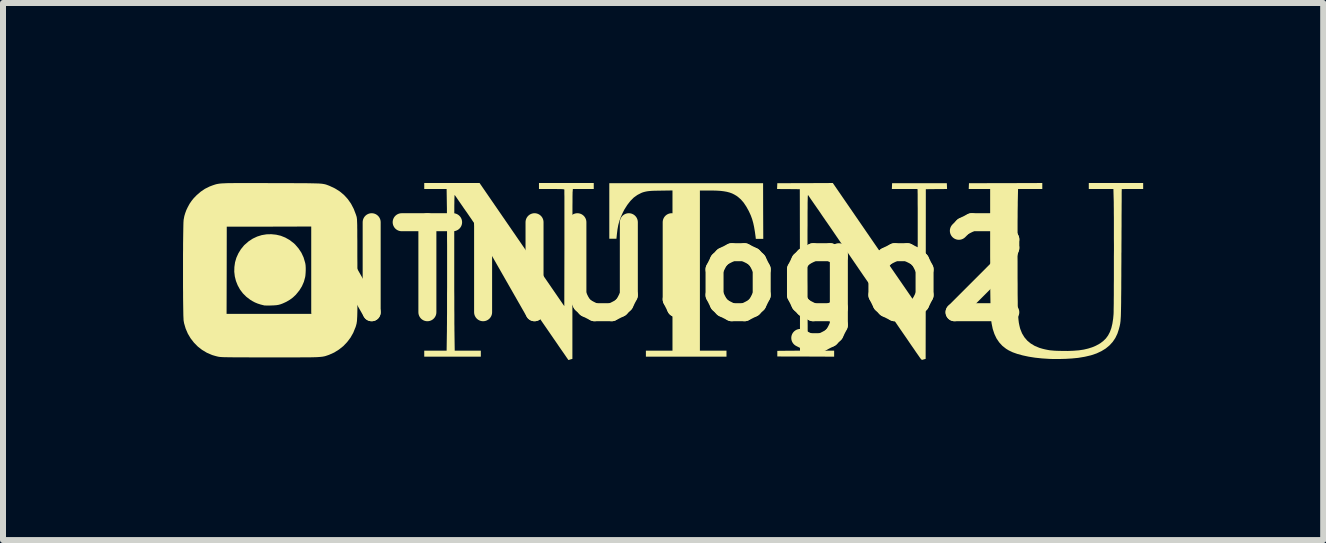
<source format=kicad_pcb>
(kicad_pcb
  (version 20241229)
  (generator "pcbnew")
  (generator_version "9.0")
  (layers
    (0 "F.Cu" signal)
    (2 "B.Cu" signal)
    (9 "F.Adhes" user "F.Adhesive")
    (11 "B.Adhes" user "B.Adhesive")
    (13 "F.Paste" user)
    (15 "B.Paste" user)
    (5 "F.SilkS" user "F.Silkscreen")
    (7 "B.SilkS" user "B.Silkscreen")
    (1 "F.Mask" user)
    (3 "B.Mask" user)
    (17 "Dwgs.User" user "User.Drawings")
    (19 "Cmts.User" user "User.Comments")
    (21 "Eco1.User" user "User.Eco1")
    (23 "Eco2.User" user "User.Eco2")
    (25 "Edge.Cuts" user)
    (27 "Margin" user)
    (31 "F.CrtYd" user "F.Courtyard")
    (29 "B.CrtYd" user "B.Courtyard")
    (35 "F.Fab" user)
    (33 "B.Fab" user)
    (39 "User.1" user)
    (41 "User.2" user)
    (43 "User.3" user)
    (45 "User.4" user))
  (footprint "NTNUlogo2"
    (layer "F.Cu")
    (at 8.001 1.475)
    (property "Reference" "NTNUlogo2" (at 0 0 0) (layer "F.SilkS") (effects (font (size 1.5 1.5) (thickness 0.3))))
    (attr board_only exclude_from_pos_files exclude_from_bom)
    (fp_poly (pts (xy -6.45 -0.614) (xy -6.372 -0.596) (xy -6.297 -0.566) (xy -6.226 -0.526) (xy -6.159 -0.475) (xy -6.133 -0.451) (xy -6.076 -0.385) (xy -6.028 -0.313) (xy -5.992 -0.235) (xy -5.967 -0.151) (xy -5.962 -0.13) (xy -5.958 -0.1) (xy -5.956 -0.061) (xy -5.956 -0.018) (xy -5.958 0.025) (xy -5.961 0.063) (xy -5.965 0.091) (xy -5.987 0.172) (xy -6.019 0.245) (xy -6.06 0.312) (xy -6.112 0.376) (xy -6.121 0.387) (xy -6.17 0.433) (xy -6.22 0.47) (xy -6.276 0.503) (xy -6.301 0.515) (xy -6.341 0.533) (xy -6.376 0.546) (xy -6.409 0.555) (xy -6.445 0.561) (xy -6.486 0.564) (xy -6.536 0.566) (xy -6.537 0.566) (xy -6.572 0.567) (xy -6.603 0.567) (xy -6.627 0.566) (xy -6.643 0.566) (xy -6.647 0.565) (xy -6.707 0.55) (xy -6.757 0.534) (xy -6.803 0.515) (xy -6.846 0.492) (xy -6.879 0.472) (xy -6.946 0.421) (xy -7.004 0.363) (xy -7.052 0.299) (xy -7.09 0.23) (xy -7.119 0.157) (xy -7.138 0.081) (xy -7.147 0.003) (xy -7.145 -0.075) (xy -7.134 -0.153) (xy -7.112 -0.229) (xy -7.079 -0.302) (xy -7.036 -0.372) (xy -6.983 -0.437) (xy -6.972 -0.447) (xy -6.908 -0.503) (xy -6.839 -0.548) (xy -6.765 -0.583) (xy -6.688 -0.607) (xy -6.609 -0.62) (xy -6.53 -0.622)) (stroke (width 0) (type solid)) (fill yes) (layer "F.SilkS"))
    (fp_poly (pts (xy 1.667 -1.008) (xy 1.669 -0.544) (xy 1.607 -0.544) (xy 1.545 -0.544) (xy 1.541 -0.58) (xy 1.529 -0.666) (xy 1.516 -0.743) (xy 1.501 -0.812) (xy 1.483 -0.875) (xy 1.461 -0.935) (xy 1.434 -0.994) (xy 1.427 -1.009) (xy 1.385 -1.084) (xy 1.342 -1.148) (xy 1.296 -1.201) (xy 1.247 -1.244) (xy 1.225 -1.26) (xy 1.188 -1.282) (xy 1.15 -1.301) (xy 1.109 -1.316) (xy 1.064 -1.328) (xy 1.014 -1.337) (xy 0.957 -1.344) (xy 0.891 -1.348) (xy 0.815 -1.35) (xy 0.76 -1.35) (xy 0.613 -1.35) (xy 0.613 -0.016) (xy 0.613 1.319) (xy 0.834 1.319) (xy 1.056 1.319) (xy 1.056 1.369) (xy 1.056 1.419) (xy 0.384 1.419) (xy -0.287 1.419) (xy -0.287 1.369) (xy -0.287 1.319) (xy -0.066 1.319) (xy 0.156 1.319) (xy 0.156 -0.016) (xy 0.156 -1.351) (xy -0.039 -1.348) (xy -0.102 -1.347) (xy -0.155 -1.346) (xy -0.198 -1.344) (xy -0.234 -1.341) (xy -0.265 -1.337) (xy -0.291 -1.332) (xy -0.316 -1.326) (xy -0.34 -1.319) (xy -0.365 -1.309) (xy -0.367 -1.308) (xy -0.429 -1.276) (xy -0.489 -1.233) (xy -0.545 -1.177) (xy -0.597 -1.11) (xy -0.647 -1.031) (xy -0.672 -0.982) (xy -0.703 -0.913) (xy -0.728 -0.846) (xy -0.747 -0.776) (xy -0.761 -0.7) (xy -0.77 -0.625) (xy -0.778 -0.547) (xy -0.838 -0.547) (xy -0.897 -0.547) (xy -0.897 -1.009) (xy -0.897 -1.472) (xy 0.384 -1.472) (xy 1.666 -1.472)) (stroke (width 0) (type solid)) (fill yes) (layer "F.SilkS"))
    (fp_poly (pts (xy 3.534 -0.448) (xy 4.241 0.578) (xy 4.242 -0.384) (xy 4.243 -0.493) (xy 4.243 -0.599) (xy 4.243 -0.7) (xy 4.243 -0.797) (xy 4.243 -0.889) (xy 4.243 -0.975) (xy 4.243 -1.053) (xy 4.242 -1.125) (xy 4.242 -1.188) (xy 4.242 -1.243) (xy 4.242 -1.288) (xy 4.241 -1.323) (xy 4.241 -1.347) (xy 4.241 -1.359) (xy 4.241 -1.361) (xy 4.237 -1.375) (xy 4.025 -1.375) (xy 3.812 -1.375) (xy 3.814 -1.423) (xy 3.816 -1.472) (xy 4.272 -1.472) (xy 4.728 -1.472) (xy 4.73 -1.424) (xy 4.732 -1.375) (xy 4.555 -1.374) (xy 4.378 -1.372) (xy 4.377 0.042) (xy 4.375 1.456) (xy 4.35 1.463) (xy 4.332 1.468) (xy 4.318 1.472) (xy 4.316 1.473) (xy 4.308 1.469) (xy 4.295 1.457) (xy 4.28 1.436) (xy 4.274 1.428) (xy 4.261 1.409) (xy 4.242 1.382) (xy 4.216 1.345) (xy 4.185 1.299) (xy 4.148 1.246) (xy 4.106 1.185) (xy 4.06 1.117) (xy 4.008 1.042) (xy 3.952 0.961) (xy 3.892 0.873) (xy 3.829 0.781) (xy 3.762 0.684) (xy 3.692 0.582) (xy 3.619 0.476) (xy 3.544 0.366) (xy 3.466 0.253) (xy 3.387 0.138) (xy 3.337 0.066) (xy 3.257 -0.051) (xy 3.179 -0.165) (xy 3.103 -0.276) (xy 3.029 -0.383) (xy 2.958 -0.486) (xy 2.89 -0.585) (xy 2.826 -0.679) (xy 2.765 -0.768) (xy 2.707 -0.851) (xy 2.654 -0.928) (xy 2.606 -0.999) (xy 2.562 -1.062) (xy 2.523 -1.118) (xy 2.49 -1.166) (xy 2.462 -1.206) (xy 2.441 -1.237) (xy 2.426 -1.26) (xy 2.417 -1.272) (xy 2.415 -1.275) (xy 2.414 -1.274) (xy 2.413 -1.271) (xy 2.412 -1.263) (xy 2.411 -1.251) (xy 2.41 -1.233) (xy 2.41 -1.211) (xy 2.409 -1.182) (xy 2.408 -1.146) (xy 2.408 -1.104) (xy 2.408 -1.054) (xy 2.407 -0.996) (xy 2.407 -0.93) (xy 2.407 -0.854) (xy 2.407 -0.769) (xy 2.406 -0.673) (xy 2.406 -0.567) (xy 2.406 -0.45) (xy 2.406 -0.322) (xy 2.406 -0.222) (xy 2.406 -0.103) (xy 2.406 0.015) (xy 2.406 0.131) (xy 2.407 0.244) (xy 2.407 0.355) (xy 2.407 0.461) (xy 2.407 0.562) (xy 2.408 0.657) (xy 2.408 0.745) (xy 2.408 0.826) (xy 2.409 0.898) (xy 2.409 0.961) (xy 2.41 1.014) (xy 2.41 1.056) (xy 2.41 1.08) (xy 2.415 1.319) (xy 2.632 1.319) (xy 2.85 1.319) (xy 2.85 1.369) (xy 2.85 1.419) (xy 2.377 1.417) (xy 1.903 1.416) (xy 1.903 1.369) (xy 1.903 1.322) (xy 2.092 1.32) (xy 2.281 1.319) (xy 2.28 -0.027) (xy 2.278 -1.372) (xy 2.089 -1.374) (xy 1.899 -1.375) (xy 1.901 -1.424) (xy 1.903 -1.472) (xy 2.366 -1.473) (xy 2.828 -1.475)) (stroke (width 0) (type solid)) (fill yes) (layer "F.SilkS"))
    (fp_poly (pts (xy -2.353 -0.449) (xy -1.647 0.577) (xy -1.645 -0.391) (xy -1.645 -0.5) (xy -1.645 -0.606) (xy -1.645 -0.708) (xy -1.645 -0.805) (xy -1.645 -0.896) (xy -1.645 -0.982) (xy -1.645 -1.061) (xy -1.645 -1.132) (xy -1.645 -1.195) (xy -1.645 -1.25) (xy -1.646 -1.294) (xy -1.646 -1.329) (xy -1.646 -1.353) (xy -1.646 -1.366) (xy -1.647 -1.367) (xy -1.65 -1.369) (xy -1.66 -1.371) (xy -1.677 -1.373) (xy -1.702 -1.374) (xy -1.736 -1.374) (xy -1.78 -1.375) (xy -1.835 -1.375) (xy -1.859 -1.375) (xy -2.069 -1.375) (xy -2.069 -1.425) (xy -2.069 -1.475) (xy -1.613 -1.475) (xy -1.156 -1.475) (xy -1.156 -1.425) (xy -1.156 -1.375) (xy -1.33 -1.375) (xy -1.504 -1.375) (xy -1.508 -1.327) (xy -1.509 -1.316) (xy -1.509 -1.294) (xy -1.51 -1.26) (xy -1.51 -1.215) (xy -1.51 -1.16) (xy -1.511 -1.096) (xy -1.511 -1.023) (xy -1.511 -0.941) (xy -1.511 -0.851) (xy -1.512 -0.755) (xy -1.512 -0.652) (xy -1.512 -0.542) (xy -1.512 -0.428) (xy -1.512 -0.309) (xy -1.512 -0.185) (xy -1.512 -0.058) (xy -1.512 0.072) (xy -1.512 0.088) (xy -1.512 1.456) (xy -1.545 1.465) (xy -1.563 1.471) (xy -1.575 1.474) (xy -1.578 1.475) (xy -1.582 1.47) (xy -1.592 1.455) (xy -1.609 1.431) (xy -1.632 1.397) (xy -1.661 1.355) (xy -1.696 1.305) (xy -1.736 1.247) (xy -1.781 1.181) (xy -1.831 1.109) (xy -1.885 1.03) (xy -1.943 0.946) (xy -2.006 0.855) (xy -2.072 0.759) (xy -2.141 0.659) (xy -2.213 0.554) (xy -2.288 0.445) (xy -2.365 0.333) (xy -2.445 0.217) (xy -2.522 0.105) (xy -2.603 -0.014) (xy -2.683 -0.129) (xy -2.76 -0.242) (xy -2.835 -0.351) (xy -2.907 -0.456) (xy -2.977 -0.556) (xy -3.043 -0.652) (xy -3.105 -0.743) (xy -3.164 -0.828) (xy -3.218 -0.907) (xy -3.268 -0.98) (xy -3.314 -1.045) (xy -3.354 -1.103) (xy -3.389 -1.154) (xy -3.418 -1.196) (xy -3.441 -1.23) (xy -3.458 -1.254) (xy -3.469 -1.27) (xy -3.473 -1.275) (xy -3.474 -1.274) (xy -3.475 -1.271) (xy -3.476 -1.263) (xy -3.477 -1.251) (xy -3.477 -1.234) (xy -3.478 -1.211) (xy -3.479 -1.182) (xy -3.479 -1.147) (xy -3.48 -1.104) (xy -3.48 -1.054) (xy -3.48 -0.996) (xy -3.481 -0.929) (xy -3.481 -0.854) (xy -3.481 -0.768) (xy -3.481 -0.672) (xy -3.481 -0.566) (xy -3.481 -0.448) (xy -3.481 -0.318) (xy -3.481 -0.259) (xy -3.481 -0.142) (xy -3.481 -0.025) (xy -3.481 0.091) (xy -3.481 0.205) (xy -3.481 0.316) (xy -3.48 0.423) (xy -3.48 0.525) (xy -3.48 0.621) (xy -3.479 0.711) (xy -3.479 0.793) (xy -3.479 0.867) (xy -3.478 0.931) (xy -3.478 0.985) (xy -3.477 1.028) (xy -3.477 1.042) (xy -3.473 1.319) (xy -3.255 1.319) (xy -3.038 1.319) (xy -3.038 1.369) (xy -3.038 1.419) (xy -3.509 1.419) (xy -3.981 1.419) (xy -3.981 1.369) (xy -3.981 1.319) (xy -3.795 1.319) (xy -3.608 1.319) (xy -3.604 1.046) (xy -3.603 0.994) (xy -3.603 0.931) (xy -3.602 0.857) (xy -3.602 0.775) (xy -3.601 0.684) (xy -3.601 0.586) (xy -3.601 0.482) (xy -3.601 0.374) (xy -3.6 0.261) (xy -3.6 0.146) (xy -3.6 0.029) (xy -3.6 -0.088) (xy -3.6 -0.205) (xy -3.6 -0.32) (xy -3.6 -0.432) (xy -3.601 -0.541) (xy -3.601 -0.645) (xy -3.601 -0.742) (xy -3.602 -0.833) (xy -3.602 -0.916) (xy -3.603 -0.989) (xy -3.603 -1.053) (xy -3.604 -1.105) (xy -3.604 -1.108) (xy -3.608 -1.375) (xy -3.795 -1.375) (xy -3.981 -1.375) (xy -3.981 -1.425) (xy -3.981 -1.475) (xy -3.52 -1.475) (xy -3.059 -1.475)) (stroke (width 0) (type solid)) (fill yes) (layer "F.SilkS"))
    (fp_poly (pts (xy -6.84 -1.474) (xy -6.74 -1.474) (xy -6.629 -1.474) (xy -6.519 -1.473) (xy -6.399 -1.473) (xy -6.291 -1.473) (xy -6.195 -1.473) (xy -6.109 -1.472) (xy -6.032 -1.472) (xy -5.965 -1.472) (xy -5.905 -1.471) (xy -5.854 -1.47) (xy -5.81 -1.469) (xy -5.771 -1.468) (xy -5.739 -1.467) (xy -5.711 -1.465) (xy -5.687 -1.463) (xy -5.667 -1.46) (xy -5.65 -1.457) (xy -5.635 -1.454) (xy -5.621 -1.45) (xy -5.608 -1.446) (xy -5.595 -1.441) (xy -5.581 -1.436) (xy -5.566 -1.43) (xy -5.556 -1.426) (xy -5.469 -1.385) (xy -5.389 -1.335) (xy -5.318 -1.276) (xy -5.255 -1.207) (xy -5.201 -1.13) (xy -5.156 -1.044) (xy -5.12 -0.95) (xy -5.11 -0.919) (xy -5.108 -0.912) (xy -5.107 -0.905) (xy -5.105 -0.898) (xy -5.104 -0.889) (xy -5.103 -0.878) (xy -5.101 -0.865) (xy -5.101 -0.848) (xy -5.1 -0.827) (xy -5.099 -0.802) (xy -5.098 -0.771) (xy -5.098 -0.734) (xy -5.097 -0.691) (xy -5.097 -0.64) (xy -5.097 -0.582) (xy -5.096 -0.514) (xy -5.096 -0.438) (xy -5.096 -0.351) (xy -5.096 -0.254) (xy -5.095 -0.146) (xy -5.095 -0.047) (xy -5.095 0.074) (xy -5.095 0.185) (xy -5.095 0.283) (xy -5.094 0.372) (xy -5.094 0.451) (xy -5.095 0.52) (xy -5.095 0.581) (xy -5.095 0.635) (xy -5.096 0.681) (xy -5.097 0.721) (xy -5.098 0.755) (xy -5.1 0.785) (xy -5.101 0.809) (xy -5.103 0.831) (xy -5.106 0.849) (xy -5.108 0.865) (xy -5.112 0.879) (xy -5.115 0.892) (xy -5.119 0.906) (xy -5.123 0.919) (xy -5.128 0.934) (xy -5.129 0.934) (xy -5.164 1.021) (xy -5.21 1.102) (xy -5.266 1.176) (xy -5.33 1.243) (xy -5.403 1.301) (xy -5.482 1.35) (xy -5.567 1.388) (xy -5.59 1.396) (xy -5.605 1.401) (xy -5.619 1.406) (xy -5.632 1.41) (xy -5.645 1.413) (xy -5.66 1.416) (xy -5.676 1.419) (xy -5.694 1.421) (xy -5.715 1.423) (xy -5.74 1.425) (xy -5.77 1.427) (xy -5.804 1.428) (xy -5.844 1.429) (xy -5.891 1.43) (xy -5.945 1.43) (xy -6.007 1.43) (xy -6.077 1.431) (xy -6.156 1.431) (xy -6.246 1.431) (xy -6.346 1.431) (xy -6.457 1.431) (xy -6.552 1.431) (xy -6.67 1.431) (xy -6.775 1.431) (xy -6.869 1.431) (xy -6.953 1.43) (xy -7.027 1.43) (xy -7.092 1.43) (xy -7.149 1.43) (xy -7.198 1.429) (xy -7.24 1.429) (xy -7.275 1.428) (xy -7.305 1.428) (xy -7.329 1.427) (xy -7.35 1.426) (xy -7.366 1.425) (xy -7.38 1.424) (xy -7.391 1.423) (xy -7.401 1.421) (xy -7.41 1.42) (xy -7.416 1.419) (xy -7.448 1.411) (xy -7.484 1.401) (xy -7.514 1.392) (xy -7.519 1.39) (xy -7.603 1.354) (xy -7.682 1.307) (xy -7.754 1.251) (xy -7.818 1.186) (xy -7.874 1.114) (xy -7.921 1.035) (xy -7.957 0.951) (xy -7.983 0.863) (xy -7.99 0.824) (xy -7.992 0.808) (xy -7.993 0.781) (xy -7.995 0.742) (xy -7.996 0.706) (xy -7.275 0.706) (xy -6.547 0.706) (xy -5.819 0.706) (xy -5.819 -0.022) (xy -5.819 -0.75) (xy -6.545 -0.748) (xy -7.272 -0.747) (xy -7.273 -0.02) (xy -7.275 0.706) (xy -7.996 0.706) (xy -7.996 0.694) (xy -7.997 0.638) (xy -7.998 0.574) (xy -7.999 0.503) (xy -8 0.426) (xy -8 0.344) (xy -8.001 0.259) (xy -8.001 0.171) (xy -8.001 0.08) (xy -8.001 -0.011) (xy -8.001 -0.103) (xy -8.001 -0.194) (xy -8.001 -0.283) (xy -8 -0.369) (xy -8 -0.451) (xy -7.999 -0.529) (xy -7.998 -0.601) (xy -7.997 -0.667) (xy -7.996 -0.725) (xy -7.995 -0.775) (xy -7.994 -0.815) (xy -7.992 -0.845) (xy -7.991 -0.864) (xy -7.99 -0.866) (xy -7.979 -0.924) (xy -7.964 -0.974) (xy -7.946 -1.023) (xy -7.922 -1.073) (xy -7.891 -1.13) (xy -7.858 -1.178) (xy -7.821 -1.224) (xy -7.775 -1.271) (xy -7.774 -1.272) (xy -7.707 -1.33) (xy -7.636 -1.378) (xy -7.56 -1.416) (xy -7.502 -1.438) (xy -7.486 -1.443) (xy -7.472 -1.448) (xy -7.458 -1.452) (xy -7.444 -1.456) (xy -7.429 -1.459) (xy -7.412 -1.462) (xy -7.393 -1.465) (xy -7.371 -1.467) (xy -7.346 -1.469) (xy -7.316 -1.47) (xy -7.281 -1.472) (xy -7.241 -1.473) (xy -7.194 -1.473) (xy -7.14 -1.474) (xy -7.078 -1.474) (xy -7.008 -1.474) (xy -6.929 -1.474)) (stroke (width 0) (type solid)) (fill yes) (layer "F.SilkS"))
    (fp_poly (pts (xy 6.319 -1.425) (xy 6.319 -1.375) (xy 6.117 -1.375) (xy 5.915 -1.375) (xy 5.91 -1.155) (xy 5.91 -1.108) (xy 5.909 -1.052) (xy 5.908 -0.987) (xy 5.908 -0.914) (xy 5.907 -0.835) (xy 5.907 -0.75) (xy 5.907 -0.66) (xy 5.907 -0.567) (xy 5.907 -0.47) (xy 5.906 -0.372) (xy 5.906 -0.273) (xy 5.907 -0.173) (xy 5.907 -0.075) (xy 5.907 0.021) (xy 5.907 0.115) (xy 5.908 0.205) (xy 5.908 0.29) (xy 5.908 0.369) (xy 5.909 0.441) (xy 5.91 0.506) (xy 5.91 0.563) (xy 5.911 0.609) (xy 5.912 0.646) (xy 5.912 0.67) (xy 5.913 0.672) (xy 5.917 0.742) (xy 5.922 0.802) (xy 5.928 0.853) (xy 5.937 0.898) (xy 5.947 0.94) (xy 5.953 0.96) (xy 5.982 1.032) (xy 6.021 1.096) (xy 6.069 1.152) (xy 6.127 1.2) (xy 6.194 1.24) (xy 6.271 1.272) (xy 6.322 1.287) (xy 6.363 1.297) (xy 6.402 1.305) (xy 6.441 1.312) (xy 6.483 1.316) (xy 6.53 1.32) (xy 6.585 1.322) (xy 6.638 1.323) (xy 6.746 1.324) (xy 6.843 1.32) (xy 6.93 1.313) (xy 7.01 1.301) (xy 7.082 1.284) (xy 7.149 1.263) (xy 7.211 1.237) (xy 7.222 1.231) (xy 7.282 1.198) (xy 7.334 1.159) (xy 7.378 1.116) (xy 7.415 1.066) (xy 7.445 1.009) (xy 7.469 0.944) (xy 7.487 0.869) (xy 7.5 0.785) (xy 7.506 0.719) (xy 7.507 0.702) (xy 7.508 0.674) (xy 7.508 0.635) (xy 7.509 0.586) (xy 7.51 0.528) (xy 7.51 0.462) (xy 7.511 0.389) (xy 7.511 0.31) (xy 7.511 0.225) (xy 7.512 0.135) (xy 7.512 0.042) (xy 7.512 -0.054) (xy 7.512 -0.151) (xy 7.512 -0.25) (xy 7.513 -0.349) (xy 7.513 -0.447) (xy 7.512 -0.544) (xy 7.512 -0.638) (xy 7.512 -0.729) (xy 7.512 -0.815) (xy 7.512 -0.896) (xy 7.511 -0.972) (xy 7.511 -1.04) (xy 7.51 -1.1) (xy 7.51 -1.152) (xy 7.509 -1.194) (xy 7.508 -1.224) (xy 7.504 -1.375) (xy 7.299 -1.375) (xy 7.094 -1.375) (xy 7.094 -1.425) (xy 7.094 -1.475) (xy 7.547 -1.475) (xy 8 -1.475) (xy 8 -1.425) (xy 8 -1.375) (xy 7.822 -1.375) (xy 7.776 -1.375) (xy 7.735 -1.375) (xy 7.699 -1.375) (xy 7.671 -1.374) (xy 7.652 -1.374) (xy 7.643 -1.374) (xy 7.643 -1.373) (xy 7.643 -1.367) (xy 7.643 -1.349) (xy 7.642 -1.32) (xy 7.642 -1.28) (xy 7.642 -1.23) (xy 7.642 -1.171) (xy 7.641 -1.103) (xy 7.641 -1.027) (xy 7.64 -0.944) (xy 7.64 -0.854) (xy 7.64 -0.758) (xy 7.639 -0.656) (xy 7.639 -0.55) (xy 7.638 -0.439) (xy 7.638 -0.325) (xy 7.637 -0.303) (xy 7.637 -0.164) (xy 7.636 -0.037) (xy 7.636 0.078) (xy 7.635 0.183) (xy 7.635 0.278) (xy 7.634 0.363) (xy 7.633 0.44) (xy 7.633 0.508) (xy 7.632 0.568) (xy 7.631 0.622) (xy 7.63 0.668) (xy 7.629 0.709) (xy 7.628 0.745) (xy 7.626 0.775) (xy 7.624 0.802) (xy 7.623 0.825) (xy 7.62 0.845) (xy 7.618 0.863) (xy 7.615 0.879) (xy 7.612 0.894) (xy 7.609 0.908) (xy 7.605 0.923) (xy 7.601 0.938) (xy 7.597 0.954) (xy 7.597 0.955) (xy 7.571 1.035) (xy 7.536 1.108) (xy 7.492 1.173) (xy 7.439 1.231) (xy 7.376 1.283) (xy 7.304 1.327) (xy 7.223 1.365) (xy 7.131 1.396) (xy 7.029 1.42) (xy 6.916 1.439) (xy 6.812 1.449) (xy 6.711 1.455) (xy 6.605 1.458) (xy 6.5 1.458) (xy 6.437 1.456) (xy 6.314 1.448) (xy 6.199 1.436) (xy 6.092 1.419) (xy 5.994 1.398) (xy 5.905 1.374) (xy 5.826 1.346) (xy 5.759 1.314) (xy 5.715 1.287) (xy 5.653 1.238) (xy 5.601 1.181) (xy 5.556 1.115) (xy 5.521 1.041) (xy 5.493 0.957) (xy 5.474 0.864) (xy 5.472 0.849) (xy 5.469 0.828) (xy 5.467 0.804) (xy 5.464 0.777) (xy 5.462 0.746) (xy 5.46 0.711) (xy 5.459 0.672) (xy 5.457 0.627) (xy 5.456 0.575) (xy 5.455 0.518) (xy 5.454 0.453) (xy 5.453 0.38) (xy 5.452 0.299) (xy 5.452 0.21) (xy 5.451 0.111) (xy 5.451 0.002) (xy 5.451 -0.118) (xy 5.45 -0.249) (xy 5.45 -0.391) (xy 5.45 -0.455) (xy 5.45 -1.375) (xy 5.272 -1.375) (xy 5.093 -1.375) (xy 5.095 -1.423) (xy 5.097 -1.472) (xy 5.708 -1.473) (xy 6.319 -1.475)) (stroke (width 0) (type solid)) (fill yes) (layer "F.SilkS")))
  (gr_rect
    (start -3 -3)
    (end 19.001 5.95)
    (stroke (width 0.1) (type default))
    (fill no)
    (layer "Edge.Cuts")))
</source>
